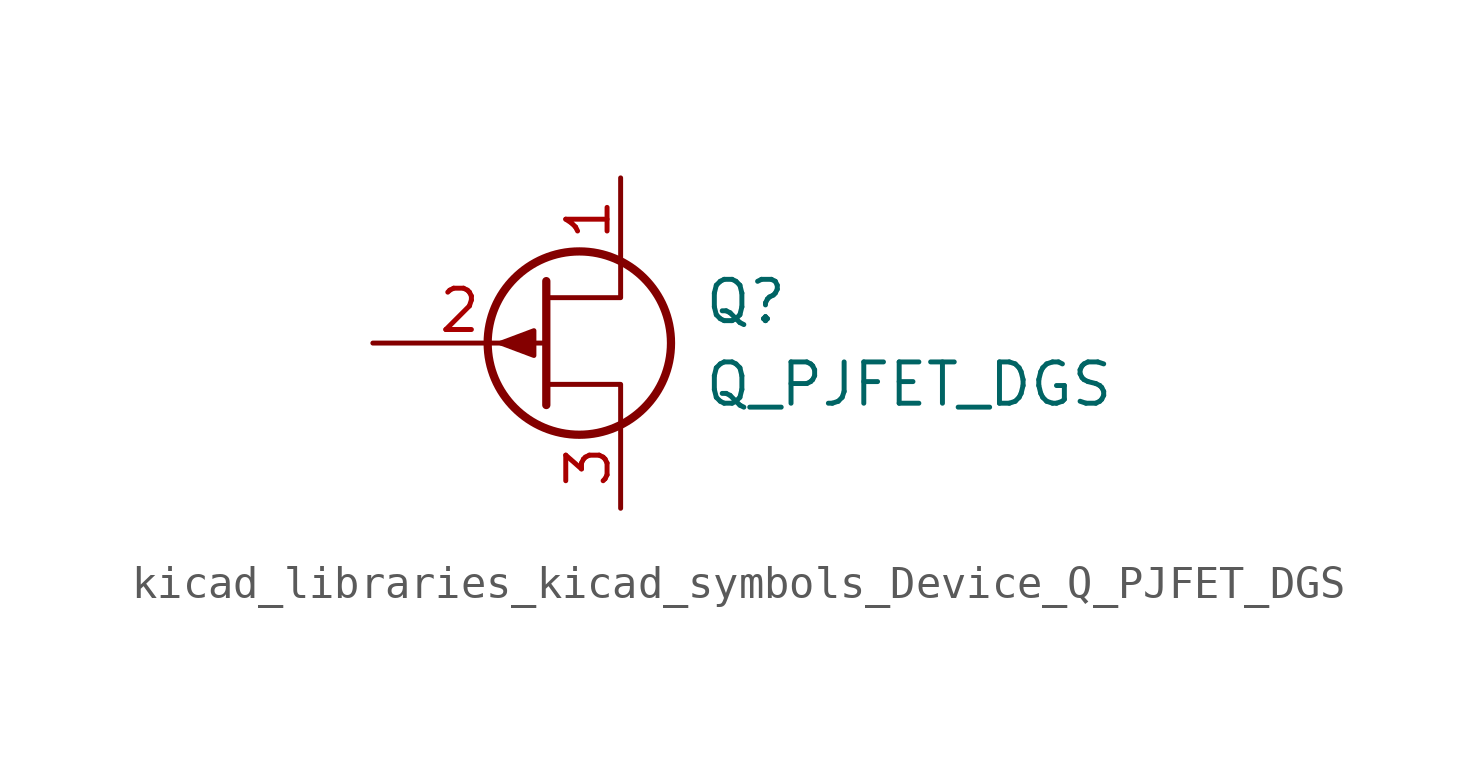
<source format=kicad_sym>
(kicad_symbol_lib
  (version 20220914)
  (generator kicad_symbol_editor)
  (symbol "kicad_libraries_kicad_symbols_Device_Q_PJFET_DGS"
    (pin_names
      (offset 0) hide)
    (property "Reference" "Q"
      (at 5.08 1.27 0)
      (effects (font (size 1.27 1.27)) (justify left)))
    (property "Value" "Q_PJFET_DGS"
      (at 5.08 -1.27 0)
      (effects (font (size 1.27 1.27)) (justify left)))
    (symbol "kicad_libraries_kicad_symbols_Device_Q_PJFET_DGS_0_1"
      (polyline (pts (xy 0.254 1.905) (xy 0.254 -1.905) (xy 0.254 -1.905)) (stroke (width 0.254) (type default)) (fill (type none)))
      (polyline (pts (xy 2.54 -2.54) (xy 2.54 -1.27) (xy 0.254 -1.27)) (stroke (width 0) (type default)) (fill (type none)))
      (polyline (pts (xy 2.54 2.54) (xy 2.54 1.397) (xy 0.254 1.397)) (stroke (width 0) (type default)) (fill (type none)))
      (polyline (pts (xy -1.143 0) (xy -0.127 0.381) (xy -0.127 -0.381) (xy -1.143 0)) (stroke (width 0) (type default)) (fill (type outline)))
      (circle (center 1.27 0) (radius 2.819) (stroke (width 0.254) (type default)) (fill (type none))))
    (symbol "kicad_libraries_kicad_symbols_Device_Q_PJFET_DGS_1_1"
      (pin passive line (at 2.54 5.08 270) (length 2.54) (name "D" (effects (font (size 1.27 1.27)))) (number "1" (effects (font (size 1.27 1.27)))))
      (pin input line (at -5.08 0 0) (length 5.334) (name "G" (effects (font (size 1.27 1.27)))) (number "2" (effects (font (size 1.27 1.27)))))
      (pin passive line (at 2.54 -5.08 90) (length 2.54) (name "S" (effects (font (size 1.27 1.27)))) (number "3" (effects (font (size 1.27 1.27))))))))
</source>
